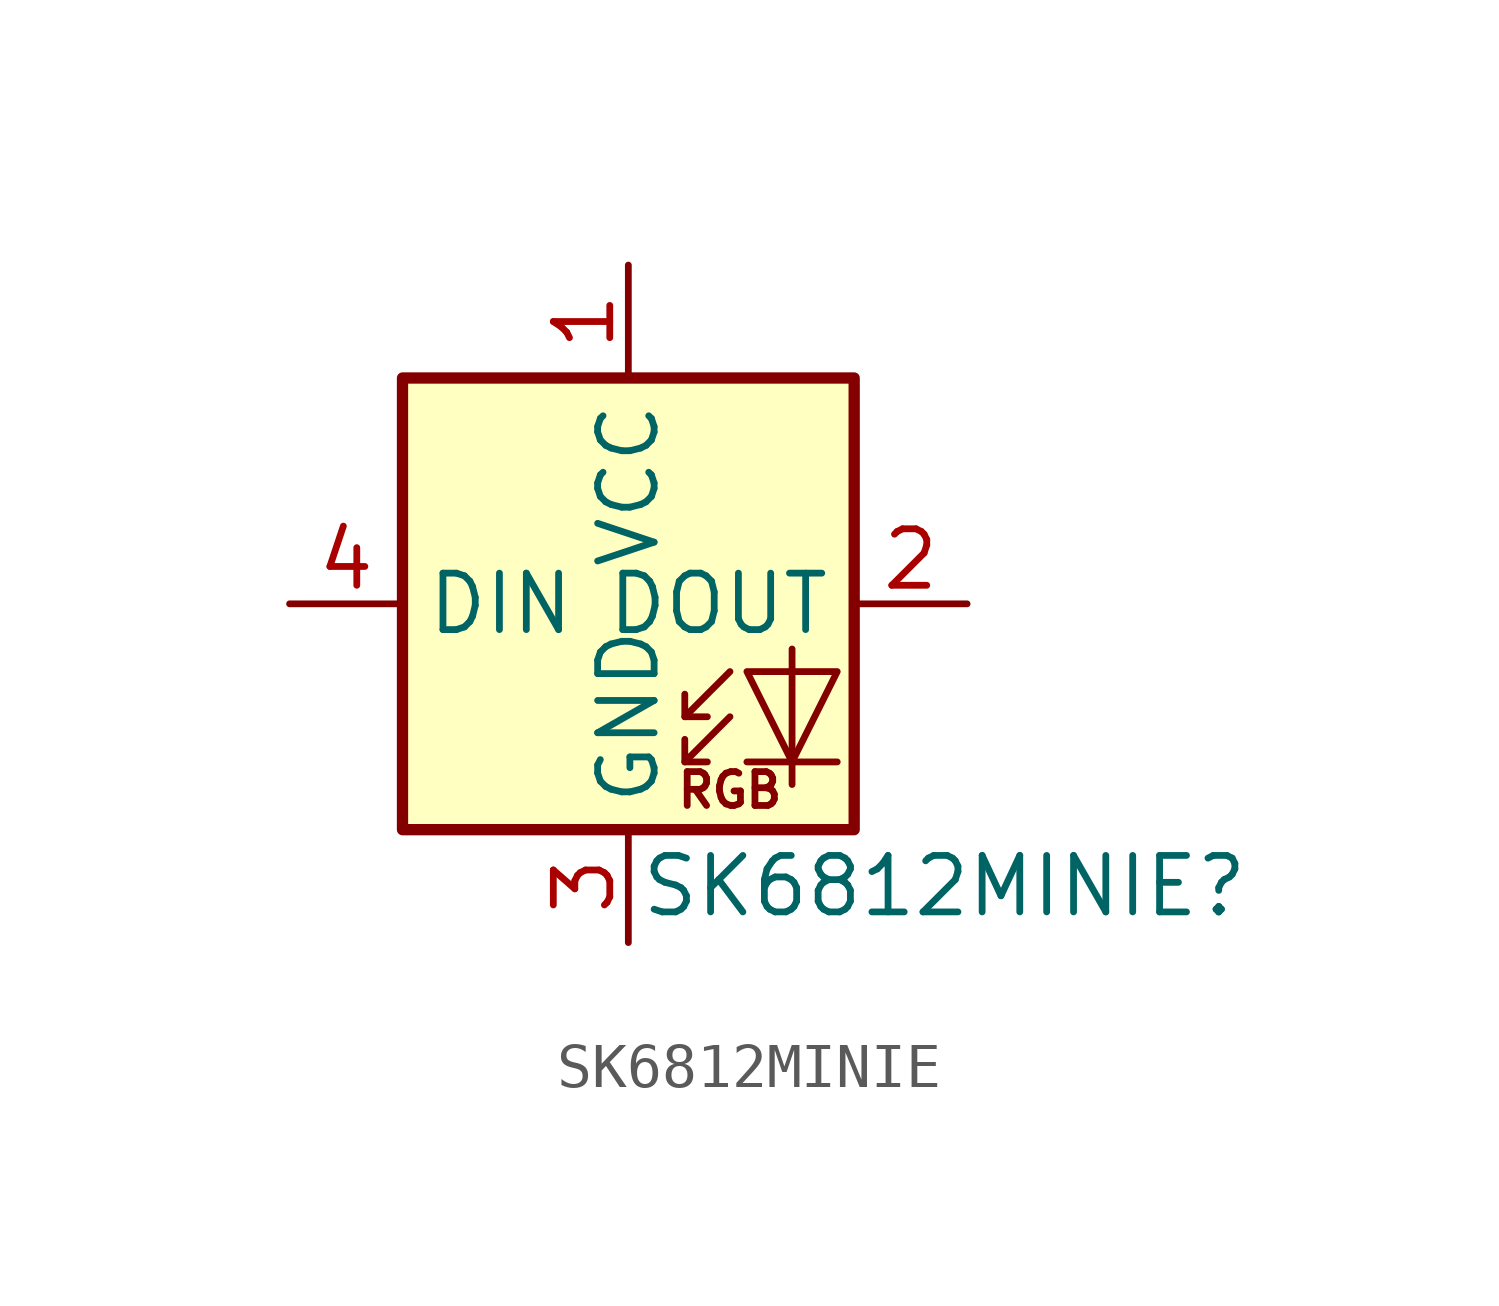
<source format=kicad_sym>
(kicad_symbol_lib
  (version 20231120)
  (generator "kicad_symbol_editor")
  (generator_version "8.0")
  (symbol "SK6812MINIE"
    (property "Reference" "SK6812MINIE"
      (at 7.112 -6.35 0)
      (effects (font (size 1.27 1.27))))
    (property "Value" ""
      (at 0 0 0)
      (effects (font (size 1.27 1.27))))
    (symbol "SK6812MINIE_0_0"
      (text "RGB" (at 2.286 -4.191 0) (effects (font (size 0.762 0.762)))))
    (symbol "SK6812MINIE_0_1"
      (polyline (pts (xy 1.27 -3.556) (xy 1.778 -3.556)) (stroke (width 0) (type default)) (fill (type none)))
      (polyline (pts (xy 1.27 -2.54) (xy 1.778 -2.54)) (stroke (width 0) (type default)) (fill (type none)))
      (polyline (pts (xy 4.699 -3.556) (xy 2.667 -3.556)) (stroke (width 0) (type default)) (fill (type none)))
      (polyline (pts (xy 2.286 -2.54) (xy 1.27 -3.556) (xy 1.27 -3.048)) (stroke (width 0) (type default)) (fill (type none)))
      (polyline (pts (xy 2.286 -1.524) (xy 1.27 -2.54) (xy 1.27 -2.032)) (stroke (width 0) (type default)) (fill (type none)))
      (polyline (pts (xy 3.683 -1.016) (xy 3.683 -3.556) (xy 3.683 -4.064)) (stroke (width 0) (type default)) (fill (type none)))
      (polyline (pts (xy 4.699 -1.524) (xy 2.667 -1.524) (xy 3.683 -3.556) (xy 4.699 -1.524)) (stroke (width 0) (type default)) (fill (type none)))
      (rectangle (start 5.08 5.08) (end -5.08 -5.08) (stroke (width 0.254) (type default)) (fill (type background))))
    (symbol "SK6812MINIE_1_1"
      (pin power_in line (at 0 7.62 270) (length 2.54) (name "VCC" (effects (font (size 1.27 1.27)))) (number "1" (effects (font (size 1.27 1.27)))))
      (pin output line (at 7.62 0 180) (length 2.54) (name "DOUT" (effects (font (size 1.27 1.27)))) (number "2" (effects (font (size 1.27 1.27)))))
      (pin power_in line (at 0 -7.62 90) (length 2.54) (name "GND" (effects (font (size 1.27 1.27)))) (number "3" (effects (font (size 1.27 1.27)))))
      (pin input line (at -7.62 0 0) (length 2.54) (name "DIN" (effects (font (size 1.27 1.27)))) (number "4" (effects (font (size 1.27 1.27))))))))
</source>
